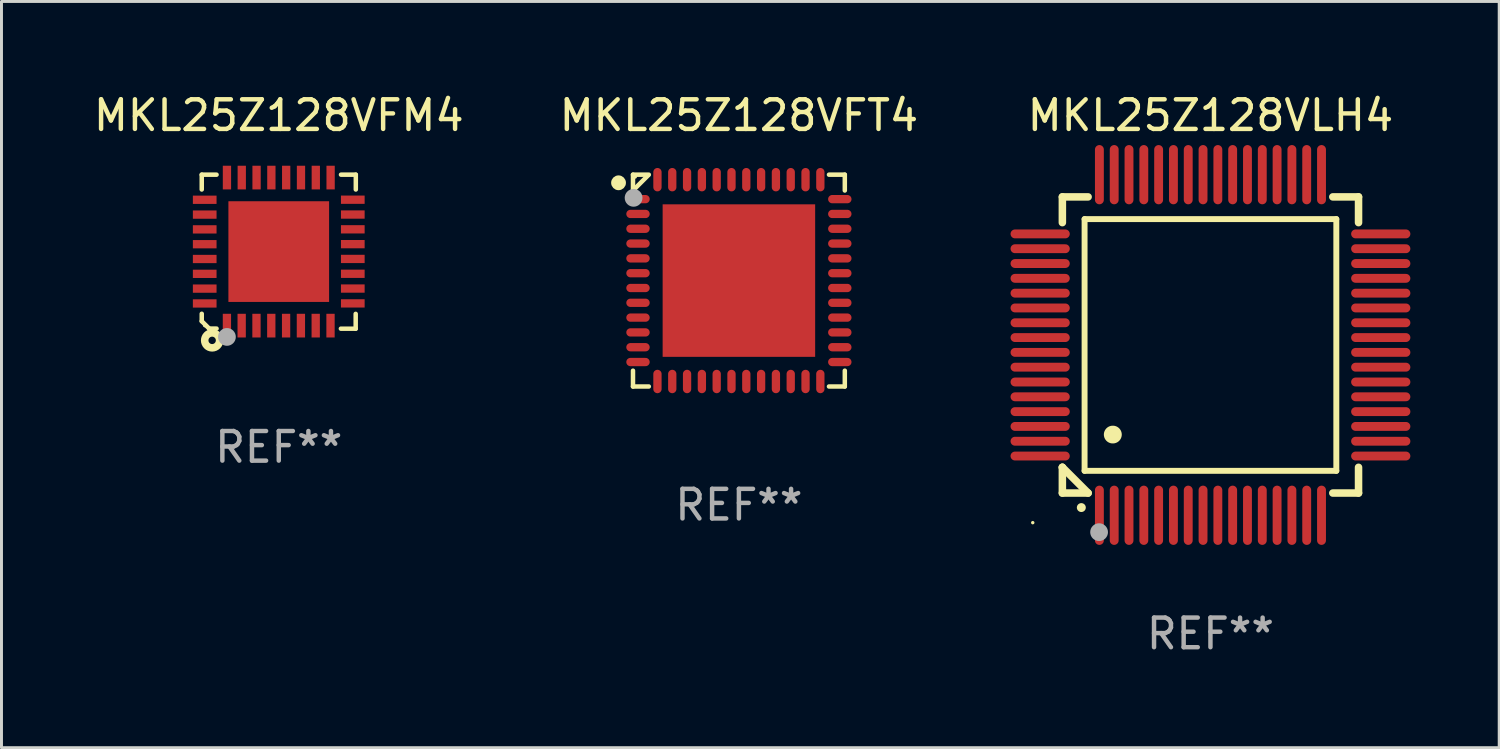
<source format=kicad_pcb>
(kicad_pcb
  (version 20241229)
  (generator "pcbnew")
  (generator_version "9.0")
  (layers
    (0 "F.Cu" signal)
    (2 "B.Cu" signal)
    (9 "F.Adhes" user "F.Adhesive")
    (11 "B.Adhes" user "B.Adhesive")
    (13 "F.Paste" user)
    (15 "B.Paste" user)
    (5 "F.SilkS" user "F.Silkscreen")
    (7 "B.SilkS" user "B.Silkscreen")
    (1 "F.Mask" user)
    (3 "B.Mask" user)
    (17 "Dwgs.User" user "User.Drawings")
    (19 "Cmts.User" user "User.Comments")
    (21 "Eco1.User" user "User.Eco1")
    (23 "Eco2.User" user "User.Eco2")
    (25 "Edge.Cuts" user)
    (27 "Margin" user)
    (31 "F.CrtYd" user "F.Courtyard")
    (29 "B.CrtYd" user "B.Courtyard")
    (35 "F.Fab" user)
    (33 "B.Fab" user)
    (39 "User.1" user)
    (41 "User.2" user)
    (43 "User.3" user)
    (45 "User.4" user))
  (footprint "MKL25Z128VFM4"
    (layer "F.Cu")
    (at 6.363 5.448)
    (property "Reference" "MKL25Z128VFM4" (at 0 -4.6 0) (layer "F.SilkS") (effects (font (size 1 1) (thickness 0.15))))
    (attr through_hole)
    (fp_line (start -2.601 2.097) (end -2.601 2.347) (stroke (width 0.152) (type solid)) (layer "F.SilkS"))
    (fp_line (start -2.601 2.347) (end -2.351 2.597) (stroke (width 0.152) (type solid)) (layer "F.SilkS"))
    (fp_line (start -2.601 -2.6) (end -2.601 -2.1) (stroke (width 0.152) (type solid)) (layer "F.SilkS"))
    (fp_line (start -2.601 -2.6) (end -2.101 -2.6) (stroke (width 0.152) (type solid)) (layer "F.SilkS"))
    (fp_line (start -2.351 2.597) (end -2.101 2.597) (stroke (width 0.152) (type solid)) (layer "F.SilkS"))
    (fp_line (start 2.597 2.6) (end 2.097 2.6) (stroke (width 0.152) (type solid)) (layer "F.SilkS"))
    (fp_line (start 2.597 2.6) (end 2.597 2.1) (stroke (width 0.152) (type solid)) (layer "F.SilkS"))
    (fp_line (start 2.601 -2.6) (end 2.101 -2.6) (stroke (width 0.152) (type solid)) (layer "F.SilkS"))
    (fp_line (start 2.601 -2.6) (end 2.601 -2.1) (stroke (width 0.152) (type solid)) (layer "F.SilkS"))
    (fp_circle (center -2.501 2.497) (end -2.471 2.497) (stroke (width 0.06) (type solid)) (fill no) (layer "F.SilkS"))
    (fp_circle (center -2.25 2.995) (end -2.125 2.995) (stroke (width 0.254) (type solid)) (fill no) (layer "F.SilkS"))
    (fp_circle (center -1.751 2.878) (end -1.601 2.878) (stroke (width 0.3) (type solid)) (fill no) (layer "F.Fab"))
    (fp_text user "REF**" (at 0 6.6 0) (layer "F.Fab") (effects (font (size 1 1) (thickness 0.15))))
    (pad "1" smd rect (at -1.751 2.497) (size 0.28 0.8) (layers "F.Cu" "F.Mask" "F.Paste"))
    (pad "2" smd rect (at -1.253 2.497) (size 0.28 0.8) (layers "F.Cu" "F.Mask" "F.Paste"))
    (pad "3" smd rect (at -0.753 2.497) (size 0.28 0.8) (layers "F.Cu" "F.Mask" "F.Paste"))
    (pad "4" smd rect (at -0.253 2.497) (size 0.28 0.8) (layers "F.Cu" "F.Mask" "F.Paste"))
    (pad "5" smd rect (at 0.247 2.497) (size 0.28 0.8) (layers "F.Cu" "F.Mask" "F.Paste"))
    (pad "6" smd rect (at 0.747 2.497) (size 0.28 0.8) (layers "F.Cu" "F.Mask" "F.Paste"))
    (pad "7" smd rect (at 1.247 2.497) (size 0.28 0.8) (layers "F.Cu" "F.Mask" "F.Paste"))
    (pad "8" smd rect (at 1.747 2.497) (size 0.28 0.8) (layers "F.Cu" "F.Mask" "F.Paste"))
    (pad "9" smd rect (at 2.499 1.746) (size 0.8 0.28) (layers "F.Cu" "F.Mask" "F.Paste"))
    (pad "10" smd rect (at 2.499 1.245) (size 0.8 0.28) (layers "F.Cu" "F.Mask" "F.Paste"))
    (pad "11" smd rect (at 2.499 0.746) (size 0.8 0.28) (layers "F.Cu" "F.Mask" "F.Paste"))
    (pad "12" smd rect (at 2.499 0.245) (size 0.8 0.28) (layers "F.Cu" "F.Mask" "F.Paste"))
    (pad "13" smd rect (at 2.499 -0.254) (size 0.8 0.28) (layers "F.Cu" "F.Mask" "F.Paste"))
    (pad "14" smd rect (at 2.499 -0.755) (size 0.8 0.28) (layers "F.Cu" "F.Mask" "F.Paste"))
    (pad "15" smd rect (at 2.499 -1.254) (size 0.8 0.28) (layers "F.Cu" "F.Mask" "F.Paste"))
    (pad "16" smd rect (at 2.499 -1.755) (size 0.8 0.28) (layers "F.Cu" "F.Mask" "F.Paste"))
    (pad "17" smd rect (at 1.75 -2.502) (size 0.28 0.8) (layers "F.Cu" "F.Mask" "F.Paste"))
    (pad "18" smd rect (at 1.25 -2.502) (size 0.28 0.8) (layers "F.Cu" "F.Mask" "F.Paste"))
    (pad "19" smd rect (at 0.75 -2.502) (size 0.28 0.8) (layers "F.Cu" "F.Mask" "F.Paste"))
    (pad "20" smd rect (at 0.25 -2.502) (size 0.28 0.8) (layers "F.Cu" "F.Mask" "F.Paste"))
    (pad "21" smd rect (at -0.25 -2.502) (size 0.28 0.8) (layers "F.Cu" "F.Mask" "F.Paste"))
    (pad "22" smd rect (at -0.75 -2.502) (size 0.28 0.8) (layers "F.Cu" "F.Mask" "F.Paste"))
    (pad "23" smd rect (at -1.25 -2.502) (size 0.28 0.8) (layers "F.Cu" "F.Mask" "F.Paste"))
    (pad "24" smd rect (at -1.75 -2.502) (size 0.28 0.8) (layers "F.Cu" "F.Mask" "F.Paste"))
    (pad "25" smd rect (at -2.501 -1.753) (size 0.8 0.28) (layers "F.Cu" "F.Mask" "F.Paste"))
    (pad "26" smd rect (at -2.501 -1.252) (size 0.8 0.28) (layers "F.Cu" "F.Mask" "F.Paste"))
    (pad "27" smd rect (at -2.501 -0.753) (size 0.8 0.28) (layers "F.Cu" "F.Mask" "F.Paste"))
    (pad "28" smd rect (at -2.501 -0.252) (size 0.8 0.28) (layers "F.Cu" "F.Mask" "F.Paste"))
    (pad "29" smd rect (at -2.501 0.247) (size 0.8 0.28) (layers "F.Cu" "F.Mask" "F.Paste"))
    (pad "30" smd rect (at -2.501 0.748) (size 0.8 0.28) (layers "F.Cu" "F.Mask" "F.Paste"))
    (pad "31" smd rect (at -2.501 1.247) (size 0.8 0.28) (layers "F.Cu" "F.Mask" "F.Paste"))
    (pad "32" smd rect (at -2.501 1.748) (size 0.8 0.28) (layers "F.Cu" "F.Mask" "F.Paste"))
    (pad "33" smd rect (at -0.001 -0.003 180) (size 3.4 3.4) (layers "F.Cu" "F.Mask" "F.Paste")))
  (footprint "MKL25Z128VFT4"
    (layer "F.Cu")
    (at 21.899 6.424)
    (property "Reference" "MKL25Z128VFT4" (at 0 -5.576 0) (layer "F.SilkS") (effects (font (size 1 1) (thickness 0.15))))
    (attr through_hole)
    (fp_line (start -3.576 -3.576) (end -3.042 -3.576) (stroke (width 0.152) (type solid)) (layer "F.SilkS"))
    (fp_line (start -3.576 -3.042) (end -3.576 -3.576) (stroke (width 0.152) (type solid)) (layer "F.SilkS"))
    (fp_line (start -3.576 3.042) (end -3.576 3.576) (stroke (width 0.152) (type solid)) (layer "F.SilkS"))
    (fp_line (start -3.576 3.576) (end -3.042 3.576) (stroke (width 0.152) (type solid)) (layer "F.SilkS"))
    (fp_line (start -3.069 -3.549) (end -3.549 -3.069) (stroke (width 0.152) (type solid)) (layer "F.SilkS"))
    (fp_line (start 3.576 -3.576) (end 3.042 -3.576) (stroke (width 0.152) (type solid)) (layer "F.SilkS"))
    (fp_line (start 3.576 -3.042) (end 3.576 -3.576) (stroke (width 0.152) (type solid)) (layer "F.SilkS"))
    (fp_line (start 3.576 3.042) (end 3.576 3.576) (stroke (width 0.152) (type solid)) (layer "F.SilkS"))
    (fp_line (start 3.576 3.576) (end 3.042 3.576) (stroke (width 0.152) (type solid)) (layer "F.SilkS"))
    (fp_circle (center -4.064 -3.302) (end -3.939 -3.302) (stroke (width 0.25) (type solid)) (fill no) (layer "F.SilkS"))
    (fp_circle (center -3.5 -3.5) (end -3.47 -3.5) (stroke (width 0.06) (type solid)) (fill no) (layer "F.SilkS"))
    (fp_circle (center -3.556 -2.794) (end -3.406 -2.794) (stroke (width 0.3) (type solid)) (fill no) (layer "F.Fab"))
    (fp_text user "REF**" (at 0 7.576 0) (layer "F.Fab") (effects (font (size 1 1) (thickness 0.15))))
    (pad "1" smd oval (at -3.407 -2.75) (size 0.79 0.28) (layers "F.Cu" "F.Mask" "F.Paste"))
    (pad "2" smd oval (at -3.407 -2.25) (size 0.79 0.28) (layers "F.Cu" "F.Mask" "F.Paste"))
    (pad "3" smd oval (at -3.407 -1.75) (size 0.79 0.28) (layers "F.Cu" "F.Mask" "F.Paste"))
    (pad "4" smd oval (at -3.407 -1.25) (size 0.79 0.28) (layers "F.Cu" "F.Mask" "F.Paste"))
    (pad "5" smd oval (at -3.407 -0.75) (size 0.79 0.28) (layers "F.Cu" "F.Mask" "F.Paste"))
    (pad "6" smd oval (at -3.407 -0.25) (size 0.79 0.28) (layers "F.Cu" "F.Mask" "F.Paste"))
    (pad "7" smd oval (at -3.407 0.25) (size 0.79 0.28) (layers "F.Cu" "F.Mask" "F.Paste"))
    (pad "8" smd oval (at -3.407 0.75) (size 0.79 0.28) (layers "F.Cu" "F.Mask" "F.Paste"))
    (pad "9" smd oval (at -3.407 1.25) (size 0.79 0.28) (layers "F.Cu" "F.Mask" "F.Paste"))
    (pad "10" smd oval (at -3.407 1.75) (size 0.79 0.28) (layers "F.Cu" "F.Mask" "F.Paste"))
    (pad "11" smd oval (at -3.407 2.25) (size 0.79 0.28) (layers "F.Cu" "F.Mask" "F.Paste"))
    (pad "12" smd oval (at -3.407 2.75) (size 0.79 0.28) (layers "F.Cu" "F.Mask" "F.Paste"))
    (pad "13" smd oval (at -2.75 3.407) (size 0.28 0.79) (layers "F.Cu" "F.Mask" "F.Paste"))
    (pad "14" smd oval (at -2.25 3.407) (size 0.28 0.79) (layers "F.Cu" "F.Mask" "F.Paste"))
    (pad "15" smd oval (at -1.75 3.407) (size 0.28 0.79) (layers "F.Cu" "F.Mask" "F.Paste"))
    (pad "16" smd oval (at -1.25 3.407) (size 0.28 0.79) (layers "F.Cu" "F.Mask" "F.Paste"))
    (pad "17" smd oval (at -0.75 3.407) (size 0.28 0.79) (layers "F.Cu" "F.Mask" "F.Paste"))
    (pad "18" smd oval (at -0.25 3.407) (size 0.28 0.79) (layers "F.Cu" "F.Mask" "F.Paste"))
    (pad "19" smd oval (at 0.25 3.407) (size 0.28 0.79) (layers "F.Cu" "F.Mask" "F.Paste"))
    (pad "20" smd oval (at 0.75 3.407) (size 0.28 0.79) (layers "F.Cu" "F.Mask" "F.Paste"))
    (pad "21" smd oval (at 1.25 3.407) (size 0.28 0.79) (layers "F.Cu" "F.Mask" "F.Paste"))
    (pad "22" smd oval (at 1.75 3.407) (size 0.28 0.79) (layers "F.Cu" "F.Mask" "F.Paste"))
    (pad "23" smd oval (at 2.25 3.407) (size 0.28 0.79) (layers "F.Cu" "F.Mask" "F.Paste"))
    (pad "24" smd oval (at 2.75 3.407) (size 0.28 0.79) (layers "F.Cu" "F.Mask" "F.Paste"))
    (pad "25" smd oval (at 3.407 2.75) (size 0.79 0.28) (layers "F.Cu" "F.Mask" "F.Paste"))
    (pad "26" smd oval (at 3.407 2.25) (size 0.79 0.28) (layers "F.Cu" "F.Mask" "F.Paste"))
    (pad "27" smd oval (at 3.407 1.75) (size 0.79 0.28) (layers "F.Cu" "F.Mask" "F.Paste"))
    (pad "28" smd oval (at 3.407 1.25) (size 0.79 0.28) (layers "F.Cu" "F.Mask" "F.Paste"))
    (pad "29" smd oval (at 3.407 0.75) (size 0.79 0.28) (layers "F.Cu" "F.Mask" "F.Paste"))
    (pad "30" smd oval (at 3.407 0.25) (size 0.79 0.28) (layers "F.Cu" "F.Mask" "F.Paste"))
    (pad "31" smd oval (at 3.407 -0.25) (size 0.79 0.28) (layers "F.Cu" "F.Mask" "F.Paste"))
    (pad "32" smd oval (at 3.407 -0.75) (size 0.79 0.28) (layers "F.Cu" "F.Mask" "F.Paste"))
    (pad "33" smd oval (at 3.407 -1.25) (size 0.79 0.28) (layers "F.Cu" "F.Mask" "F.Paste"))
    (pad "34" smd oval (at 3.407 -1.75) (size 0.79 0.28) (layers "F.Cu" "F.Mask" "F.Paste"))
    (pad "35" smd oval (at 3.407 -2.25) (size 0.79 0.28) (layers "F.Cu" "F.Mask" "F.Paste"))
    (pad "36" smd oval (at 3.407 -2.75) (size 0.79 0.28) (layers "F.Cu" "F.Mask" "F.Paste"))
    (pad "37" smd oval (at 2.75 -3.407) (size 0.28 0.79) (layers "F.Cu" "F.Mask" "F.Paste"))
    (pad "38" smd oval (at 2.25 -3.407) (size 0.28 0.79) (layers "F.Cu" "F.Mask" "F.Paste"))
    (pad "39" smd oval (at 1.75 -3.407) (size 0.28 0.79) (layers "F.Cu" "F.Mask" "F.Paste"))
    (pad "40" smd oval (at 1.25 -3.407) (size 0.28 0.79) (layers "F.Cu" "F.Mask" "F.Paste"))
    (pad "41" smd oval (at 0.75 -3.407) (size 0.28 0.79) (layers "F.Cu" "F.Mask" "F.Paste"))
    (pad "42" smd oval (at 0.25 -3.407) (size 0.28 0.79) (layers "F.Cu" "F.Mask" "F.Paste"))
    (pad "43" smd oval (at -0.25 -3.407) (size 0.28 0.79) (layers "F.Cu" "F.Mask" "F.Paste"))
    (pad "44" smd oval (at -0.75 -3.407) (size 0.28 0.79) (layers "F.Cu" "F.Mask" "F.Paste"))
    (pad "45" smd oval (at -1.25 -3.407) (size 0.28 0.79) (layers "F.Cu" "F.Mask" "F.Paste"))
    (pad "46" smd oval (at -1.75 -3.407) (size 0.28 0.79) (layers "F.Cu" "F.Mask" "F.Paste"))
    (pad "47" smd oval (at -2.25 -3.407) (size 0.28 0.79) (layers "F.Cu" "F.Mask" "F.Paste"))
    (pad "48" smd oval (at -2.75 -3.407) (size 0.28 0.79) (layers "F.Cu" "F.Mask" "F.Paste"))
    (pad "49" smd rect (at 0 0) (size 5.15 5.15) (layers "F.Cu" "F.Mask" "F.Paste")))
  (footprint "MKL25Z128VLH4"
    (layer "F.Cu")
    (at 37.821 8.598)
    (property "Reference" "MKL25Z128VLH4" (at 0 -7.75 0) (layer "F.SilkS") (effects (font (size 1 1) (thickness 0.15))))
    (attr through_hole)
    (fp_line (start -5 -5) (end -4.131 -5) (stroke (width 0.254) (type solid)) (layer "F.SilkS"))
    (fp_line (start -5 -4.131) (end -5 -5) (stroke (width 0.254) (type solid)) (layer "F.SilkS"))
    (fp_line (start -5 4.131) (end -5 4.131) (stroke (width 0.254) (type solid)) (layer "F.SilkS"))
    (fp_line (start -5 5) (end -5 4.131) (stroke (width 0.254) (type solid)) (layer "F.SilkS"))
    (fp_line (start -5 4.131) (end -4.131 5) (stroke (width 0.254) (type solid)) (layer "F.SilkS"))
    (fp_line (start -4.25 -4.25) (end -4.25 4.25) (stroke (width 0.2) (type solid)) (layer "F.SilkS"))
    (fp_line (start -4.25 4.25) (end 4.25 4.25) (stroke (width 0.2) (type solid)) (layer "F.SilkS"))
    (fp_line (start -4.131 5) (end -5 5) (stroke (width 0.254) (type solid)) (layer "F.SilkS"))
    (fp_line (start 4.25 -4.25) (end -4.25 -4.25) (stroke (width 0.2) (type solid)) (layer "F.SilkS"))
    (fp_line (start 4.25 4.25) (end 4.25 -4.25) (stroke (width 0.2) (type solid)) (layer "F.SilkS"))
    (fp_line (start 5 -5) (end 4.131 -5) (stroke (width 0.254) (type solid)) (layer "F.SilkS"))
    (fp_line (start 5 -5) (end 5 -4.131) (stroke (width 0.254) (type solid)) (layer "F.SilkS"))
    (fp_line (start 5 4.131) (end 5 5) (stroke (width 0.254) (type solid)) (layer "F.SilkS"))
    (fp_line (start 5 5) (end 4.131 5) (stroke (width 0.254) (type solid)) (layer "F.SilkS"))
    (fp_arc (start -4.361265 5.489992) (mid -4.359995 5.489987) (end -4.358725 5.489992) (stroke (width 0.3) (type solid)) (layer "F.SilkS"))
    (fp_arc (start -3.299467 3.025146) (mid -3.296927 3.025135) (end -3.294387 3.025146) (stroke (width 0.6) (type solid)) (layer "F.SilkS"))
    (fp_circle (center -6 6) (end -5.97 6) (stroke (width 0.06) (type solid)) (fill no) (layer "F.SilkS"))
    (fp_circle (center -3.76 6.32) (end -3.61 6.32) (stroke (width 0.3) (type solid)) (fill no) (layer "F.Fab"))
    (fp_text user "REF**" (at 0 9.75 0) (layer "F.Fab") (effects (font (size 1 1) (thickness 0.15))))
    (pad "1" smd oval (at -3.75 5.75) (size 0.3 2) (layers "F.Cu" "F.Mask" "F.Paste"))
    (pad "2" smd oval (at -3.25 5.75) (size 0.3 2) (layers "F.Cu" "F.Mask" "F.Paste"))
    (pad "3" smd oval (at -2.75 5.75) (size 0.3 2) (layers "F.Cu" "F.Mask" "F.Paste"))
    (pad "4" smd oval (at -2.25 5.75) (size 0.3 2) (layers "F.Cu" "F.Mask" "F.Paste"))
    (pad "5" smd oval (at -1.75 5.75) (size 0.3 2) (layers "F.Cu" "F.Mask" "F.Paste"))
    (pad "6" smd oval (at -1.25 5.75) (size 0.3 2) (layers "F.Cu" "F.Mask" "F.Paste"))
    (pad "7" smd oval (at -0.75 5.75) (size 0.3 2) (layers "F.Cu" "F.Mask" "F.Paste"))
    (pad "8" smd oval (at -0.25 5.75) (size 0.3 2) (layers "F.Cu" "F.Mask" "F.Paste"))
    (pad "9" smd oval (at 0.25 5.75) (size 0.3 2) (layers "F.Cu" "F.Mask" "F.Paste"))
    (pad "10" smd oval (at 0.75 5.75) (size 0.3 2) (layers "F.Cu" "F.Mask" "F.Paste"))
    (pad "11" smd oval (at 1.25 5.75) (size 0.3 2) (layers "F.Cu" "F.Mask" "F.Paste"))
    (pad "12" smd oval (at 1.75 5.75) (size 0.3 2) (layers "F.Cu" "F.Mask" "F.Paste"))
    (pad "13" smd oval (at 2.25 5.75) (size 0.3 2) (layers "F.Cu" "F.Mask" "F.Paste"))
    (pad "14" smd oval (at 2.75 5.75) (size 0.3 2) (layers "F.Cu" "F.Mask" "F.Paste"))
    (pad "15" smd oval (at 3.25 5.75) (size 0.3 2) (layers "F.Cu" "F.Mask" "F.Paste"))
    (pad "16" smd oval (at 3.75 5.75) (size 0.3 2) (layers "F.Cu" "F.Mask" "F.Paste"))
    (pad "17" smd oval (at 5.75 3.75) (size 2 0.3) (layers "F.Cu" "F.Mask" "F.Paste"))
    (pad "18" smd oval (at 5.75 3.25) (size 2 0.3) (layers "F.Cu" "F.Mask" "F.Paste"))
    (pad "19" smd oval (at 5.75 2.75) (size 2 0.3) (layers "F.Cu" "F.Mask" "F.Paste"))
    (pad "20" smd oval (at 5.75 2.25) (size 2 0.3) (layers "F.Cu" "F.Mask" "F.Paste"))
    (pad "21" smd oval (at 5.75 1.75) (size 2 0.3) (layers "F.Cu" "F.Mask" "F.Paste"))
    (pad "22" smd oval (at 5.75 1.25) (size 2 0.3) (layers "F.Cu" "F.Mask" "F.Paste"))
    (pad "23" smd oval (at 5.75 0.75) (size 2 0.3) (layers "F.Cu" "F.Mask" "F.Paste"))
    (pad "24" smd oval (at 5.75 0.25) (size 2 0.3) (layers "F.Cu" "F.Mask" "F.Paste"))
    (pad "25" smd oval (at 5.75 -0.25) (size 2 0.3) (layers "F.Cu" "F.Mask" "F.Paste"))
    (pad "26" smd oval (at 5.75 -0.75) (size 2 0.3) (layers "F.Cu" "F.Mask" "F.Paste"))
    (pad "27" smd oval (at 5.75 -1.25) (size 2 0.3) (layers "F.Cu" "F.Mask" "F.Paste"))
    (pad "28" smd oval (at 5.75 -1.75) (size 2 0.3) (layers "F.Cu" "F.Mask" "F.Paste"))
    (pad "29" smd oval (at 5.75 -2.25) (size 2 0.3) (layers "F.Cu" "F.Mask" "F.Paste"))
    (pad "30" smd oval (at 5.75 -2.75) (size 2 0.3) (layers "F.Cu" "F.Mask" "F.Paste"))
    (pad "31" smd oval (at 5.75 -3.25) (size 2 0.3) (layers "F.Cu" "F.Mask" "F.Paste"))
    (pad "32" smd oval (at 5.75 -3.75) (size 2 0.3) (layers "F.Cu" "F.Mask" "F.Paste"))
    (pad "33" smd oval (at 3.75 -5.75) (size 0.3 2) (layers "F.Cu" "F.Mask" "F.Paste"))
    (pad "34" smd oval (at 3.25 -5.75) (size 0.3 2) (layers "F.Cu" "F.Mask" "F.Paste"))
    (pad "35" smd oval (at 2.75 -5.75) (size 0.3 2) (layers "F.Cu" "F.Mask" "F.Paste"))
    (pad "36" smd oval (at 2.25 -5.75) (size 0.3 2) (layers "F.Cu" "F.Mask" "F.Paste"))
    (pad "37" smd oval (at 1.75 -5.75) (size 0.3 2) (layers "F.Cu" "F.Mask" "F.Paste"))
    (pad "38" smd oval (at 1.25 -5.75) (size 0.3 2) (layers "F.Cu" "F.Mask" "F.Paste"))
    (pad "39" smd oval (at 0.75 -5.75) (size 0.3 2) (layers "F.Cu" "F.Mask" "F.Paste"))
    (pad "40" smd oval (at 0.25 -5.75) (size 0.3 2) (layers "F.Cu" "F.Mask" "F.Paste"))
    (pad "41" smd oval (at -0.25 -5.75) (size 0.3 2) (layers "F.Cu" "F.Mask" "F.Paste"))
    (pad "42" smd oval (at -0.75 -5.75) (size 0.3 2) (layers "F.Cu" "F.Mask" "F.Paste"))
    (pad "43" smd oval (at -1.25 -5.75) (size 0.3 2) (layers "F.Cu" "F.Mask" "F.Paste"))
    (pad "44" smd oval (at -1.75 -5.75) (size 0.3 2) (layers "F.Cu" "F.Mask" "F.Paste"))
    (pad "45" smd oval (at -2.25 -5.75) (size 0.3 2) (layers "F.Cu" "F.Mask" "F.Paste"))
    (pad "46" smd oval (at -2.75 -5.75) (size 0.3 2) (layers "F.Cu" "F.Mask" "F.Paste"))
    (pad "47" smd oval (at -3.25 -5.75) (size 0.3 2) (layers "F.Cu" "F.Mask" "F.Paste"))
    (pad "48" smd oval (at -3.75 -5.75) (size 0.3 2) (layers "F.Cu" "F.Mask" "F.Paste"))
    (pad "49" smd oval (at -5.75 -3.75) (size 2 0.3) (layers "F.Cu" "F.Mask" "F.Paste"))
    (pad "50" smd oval (at -5.75 -3.25) (size 2 0.3) (layers "F.Cu" "F.Mask" "F.Paste"))
    (pad "51" smd oval (at -5.75 -2.75) (size 2 0.3) (layers "F.Cu" "F.Mask" "F.Paste"))
    (pad "52" smd oval (at -5.75 -2.25) (size 2 0.3) (layers "F.Cu" "F.Mask" "F.Paste"))
    (pad "53" smd oval (at -5.75 -1.75) (size 2 0.3) (layers "F.Cu" "F.Mask" "F.Paste"))
    (pad "54" smd oval (at -5.75 -1.25) (size 2 0.3) (layers "F.Cu" "F.Mask" "F.Paste"))
    (pad "55" smd oval (at -5.75 -0.75) (size 2 0.3) (layers "F.Cu" "F.Mask" "F.Paste"))
    (pad "56" smd oval (at -5.75 -0.25) (size 2 0.3) (layers "F.Cu" "F.Mask" "F.Paste"))
    (pad "57" smd oval (at -5.75 0.25) (size 2 0.3) (layers "F.Cu" "F.Mask" "F.Paste"))
    (pad "58" smd oval (at -5.75 0.75) (size 2 0.3) (layers "F.Cu" "F.Mask" "F.Paste"))
    (pad "59" smd oval (at -5.75 1.25) (size 2 0.3) (layers "F.Cu" "F.Mask" "F.Paste"))
    (pad "60" smd oval (at -5.75 1.75) (size 2 0.3) (layers "F.Cu" "F.Mask" "F.Paste"))
    (pad "61" smd oval (at -5.75 2.25) (size 2 0.3) (layers "F.Cu" "F.Mask" "F.Paste"))
    (pad "62" smd oval (at -5.75 2.75) (size 2 0.3) (layers "F.Cu" "F.Mask" "F.Paste"))
    (pad "63" smd oval (at -5.75 3.25) (size 2 0.3) (layers "F.Cu" "F.Mask" "F.Paste"))
    (pad "64" smd oval (at -5.75 3.75) (size 2 0.3) (layers "F.Cu" "F.Mask" "F.Paste")))
  (gr_rect
    (start -3 -3)
    (end 47.571 22.196)
    (stroke (width 0.1) (type default))
    (fill no)
    (layer "Edge.Cuts")))
</source>
